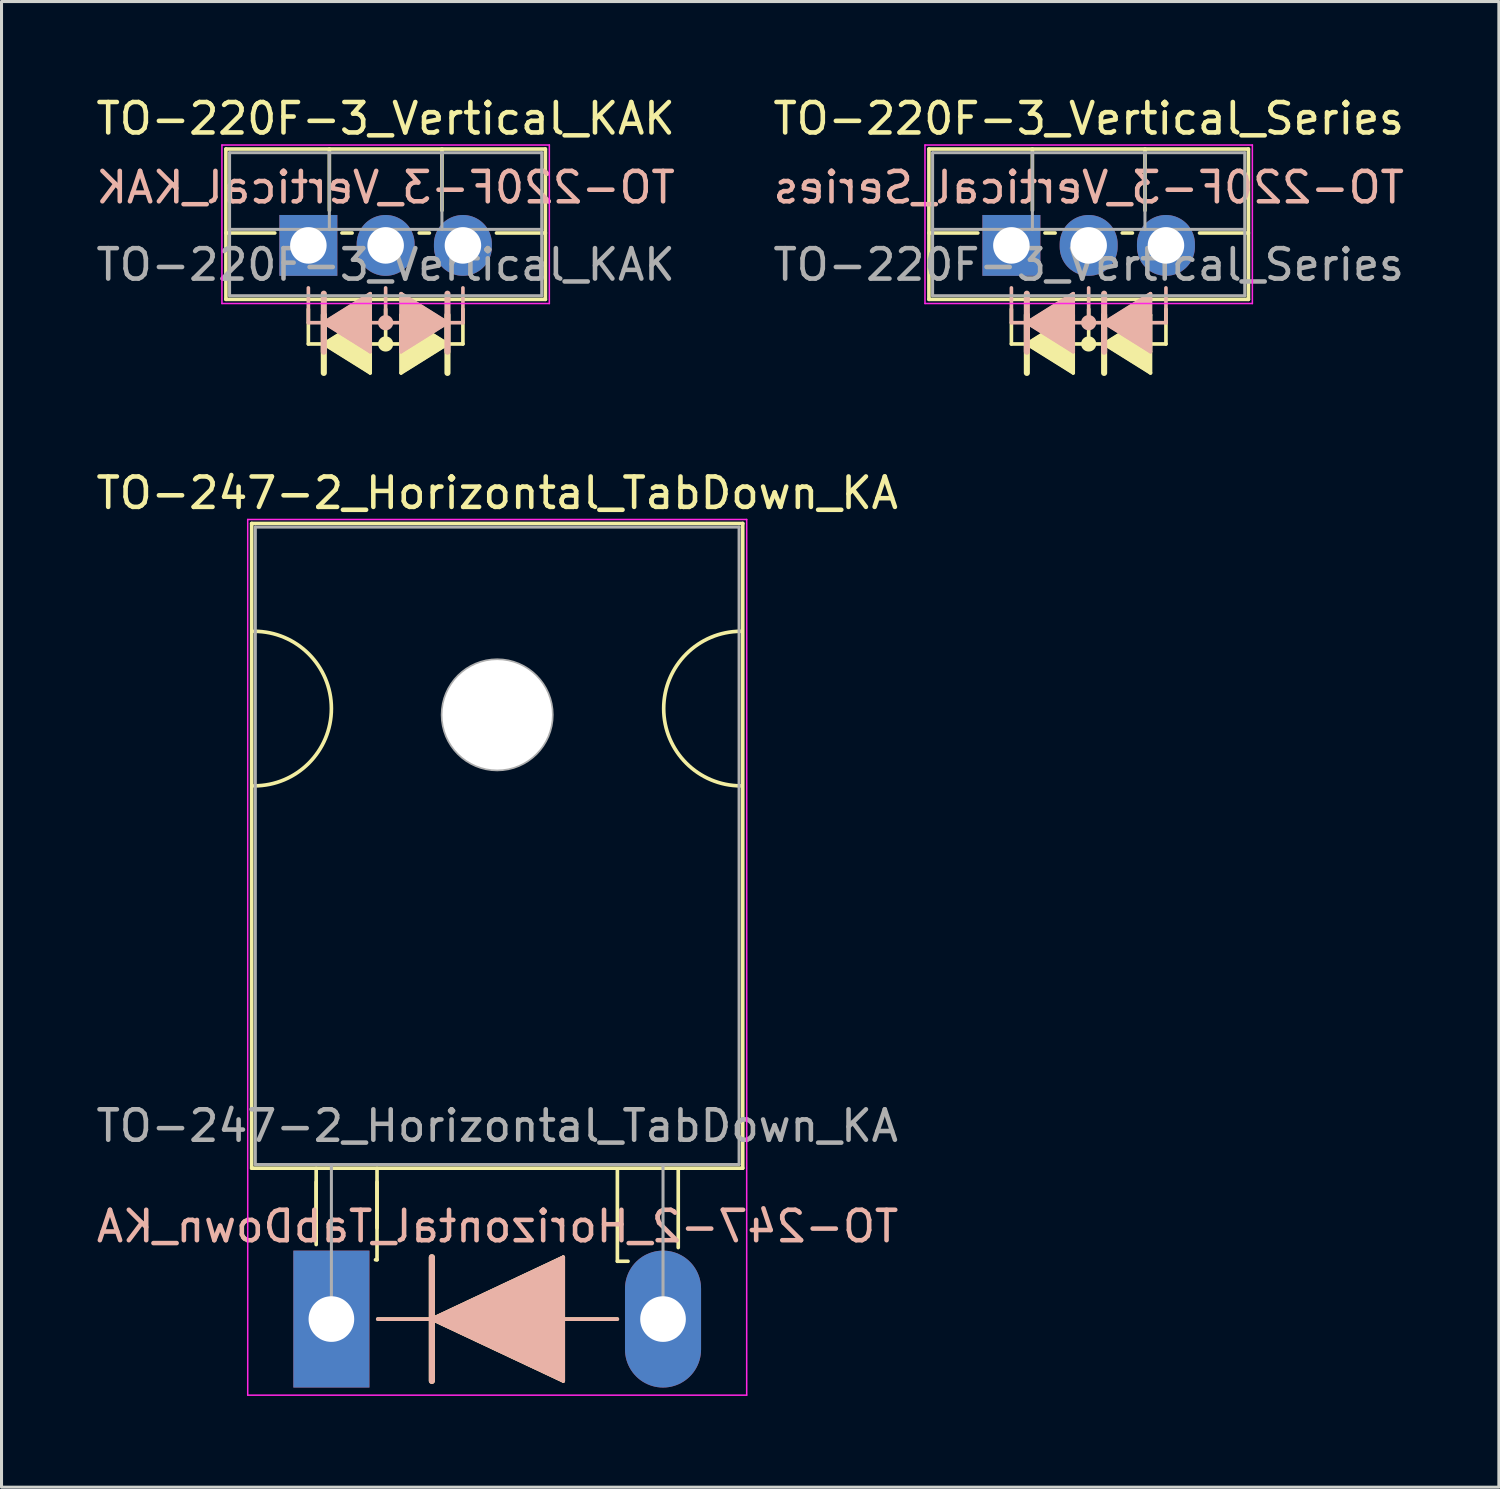
<source format=kicad_pcb>
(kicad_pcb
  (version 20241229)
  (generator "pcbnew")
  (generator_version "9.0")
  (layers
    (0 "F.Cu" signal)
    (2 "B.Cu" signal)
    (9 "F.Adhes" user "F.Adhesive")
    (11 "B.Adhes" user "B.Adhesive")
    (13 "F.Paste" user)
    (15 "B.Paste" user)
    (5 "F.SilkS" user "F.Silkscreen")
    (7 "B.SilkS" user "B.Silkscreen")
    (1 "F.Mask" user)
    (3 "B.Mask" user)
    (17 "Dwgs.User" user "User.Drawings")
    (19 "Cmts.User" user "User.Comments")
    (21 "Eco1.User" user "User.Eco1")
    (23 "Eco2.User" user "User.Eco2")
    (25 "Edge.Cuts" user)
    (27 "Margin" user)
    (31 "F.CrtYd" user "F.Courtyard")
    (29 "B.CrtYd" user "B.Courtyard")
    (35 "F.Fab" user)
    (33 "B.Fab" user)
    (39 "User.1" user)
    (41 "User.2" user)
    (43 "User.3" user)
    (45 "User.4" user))
  (footprint "TO-247-2_Horizontal_TabDown_KA"
    (layer "F.Cu")
    (at 7.842 40.305)
    (property "Reference" "TO-247-2_Horizontal_TabDown_KA" (at 5.45 -27.15 0) (layer "F.SilkS") (effects (font (size 1 1) (thickness 0.15))))
    (fp_line (start -2.62 -26.15) (end -2.62 -4.96) (stroke (width 0.12) (type solid)) (layer "F.SilkS"))
    (fp_line (start -2.62 -26.15) (end 13.52 -26.15) (stroke (width 0.12) (type solid)) (layer "F.SilkS"))
    (fp_line (start -2.62 -4.96) (end 13.52 -4.96) (stroke (width 0.12) (type solid)) (layer "F.SilkS"))
    (fp_line (start -0.5 -4.95) (end -0.5 -2.45) (stroke (width 0.12) (type solid)) (layer "F.SilkS"))
    (fp_line (start -0.5 -4.5) (end -0.5 -3) (stroke (width 0.12) (type solid)) (layer "F.SilkS"))
    (fp_line (start 1.5 -4.95) (end 1.5 -1.95) (stroke (width 0.12) (type solid)) (layer "F.SilkS"))
    (fp_line (start 1.5 -4.5) (end 1.5 -3) (stroke (width 0.12) (type solid)) (layer "F.SilkS"))
    (fp_line (start 1.5 -1.95) (end 1.45 -1.95) (stroke (width 0.12) (type solid)) (layer "F.SilkS"))
    (fp_line (start 1.524 0) (end 3.302 0) (stroke (width 0.12) (type solid)) (layer "F.SilkS"))
    (fp_line (start 3.302 0) (end 3.302 -2.032) (stroke (width 0.2) (type solid)) (layer "F.SilkS"))
    (fp_line (start 3.302 0) (end 7.62 -2.032) (stroke (width 0.12) (type solid)) (layer "F.SilkS"))
    (fp_line (start 3.302 2.032) (end 3.302 0) (stroke (width 0.2) (type solid)) (layer "F.SilkS"))
    (fp_line (start 7.62 -2.032) (end 7.62 2.032) (stroke (width 0.12) (type solid)) (layer "F.SilkS"))
    (fp_line (start 7.62 0) (end 9.398 0) (stroke (width 0.12) (type solid)) (layer "F.SilkS"))
    (fp_line (start 7.62 2.032) (end 3.302 0) (stroke (width 0.12) (type solid)) (layer "F.SilkS"))
    (fp_line (start 9.4 -4.9) (end 9.4 -1.9) (stroke (width 0.12) (type solid)) (layer "F.SilkS"))
    (fp_line (start 9.4 -1.9) (end 9.75 -1.9) (stroke (width 0.12) (type solid)) (layer "F.SilkS"))
    (fp_line (start 11.4 -4.9) (end 11.4 -2.35) (stroke (width 0.12) (type solid)) (layer "F.SilkS"))
    (fp_line (start 13.52 -26.15) (end 13.52 -4.96) (stroke (width 0.12) (type solid)) (layer "F.SilkS"))
    (fp_arc (start -2.54 -22.606) (mid 0 -20.066) (end -2.54 -17.526) (stroke (width 0.12) (type solid)) (layer "F.SilkS"))
    (fp_arc (start 13.462 -17.526) (mid 10.922 -20.066) (end 13.462 -22.606) (stroke (width 0.12) (type solid)) (layer "F.SilkS"))
    (fp_poly (pts (xy 7.62 2.032) (xy 3.302 0) (xy 7.62 -2.032)) (stroke (width 0.1) (type solid)) (fill yes) (layer "F.SilkS"))
    (fp_line (start 1.524 0) (end 3.302 0) (stroke (width 0.12) (type solid)) (layer "B.SilkS"))
    (fp_line (start 3.302 -2.032) (end 3.302 0) (stroke (width 0.2) (type solid)) (layer "B.SilkS"))
    (fp_line (start 3.302 0) (end 3.302 2.032) (stroke (width 0.2) (type solid)) (layer "B.SilkS"))
    (fp_line (start 3.302 0) (end 7.62 2.032) (stroke (width 0.12) (type solid)) (layer "B.SilkS"))
    (fp_line (start 7.62 -2.032) (end 3.302 0) (stroke (width 0.12) (type solid)) (layer "B.SilkS"))
    (fp_line (start 7.62 0) (end 9.398 0) (stroke (width 0.12) (type solid)) (layer "B.SilkS"))
    (fp_line (start 7.62 2.032) (end 7.62 -2.032) (stroke (width 0.12) (type solid)) (layer "B.SilkS"))
    (fp_poly (pts (xy 7.62 -2.032) (xy 3.302 0) (xy 7.62 2.032)) (stroke (width 0.1) (type solid)) (fill yes) (layer "B.SilkS"))
    (fp_line (start -2.75 -26.28) (end -2.75 2.5) (stroke (width 0.05) (type solid)) (layer "F.CrtYd"))
    (fp_line (start -2.75 2.5) (end 13.65 2.5) (stroke (width 0.05) (type solid)) (layer "F.CrtYd"))
    (fp_line (start 13.65 -26.28) (end -2.75 -26.28) (stroke (width 0.05) (type solid)) (layer "F.CrtYd"))
    (fp_line (start 13.65 2.5) (end 13.65 -26.28) (stroke (width 0.05) (type solid)) (layer "F.CrtYd"))
    (fp_line (start -2.5 -26.03) (end 13.4 -26.03) (stroke (width 0.1) (type solid)) (layer "F.Fab"))
    (fp_line (start -2.5 -5.08) (end -2.5 -26.03) (stroke (width 0.1) (type solid)) (layer "F.Fab"))
    (fp_line (start 0 -5.08) (end 0 0) (stroke (width 0.1) (type solid)) (layer "F.Fab"))
    (fp_line (start 10.9 -5.08) (end 10.9 0) (stroke (width 0.1) (type solid)) (layer "F.Fab"))
    (fp_line (start 13.4 -26.03) (end 13.4 -5.08) (stroke (width 0.1) (type solid)) (layer "F.Fab"))
    (fp_line (start 13.4 -5.08) (end -2.5 -5.08) (stroke (width 0.1) (type solid)) (layer "F.Fab"))
    (fp_circle (center 5.45 -19.86) (end 7.255 -19.86) (stroke (width 0.1) (type solid)) (fill no) (layer "F.Fab"))
    (fp_text user "${REFERENCE}" (at 5.461 -3.048 0) (layer "B.SilkS") (effects (font (size 1 1) (thickness 0.15)) (justify mirror)))
    (fp_text user "${REFERENCE}" (at 5.45 -6.35 0) (layer "F.Fab") (effects (font (size 1 1) (thickness 0.15))))
    (pad "" np_thru_hole oval (at 5.45 -19.86) (size 3.6 3.6) (drill 3.6) (layers "*.Cu" "*.Mask"))
    (pad "1" thru_hole rect (at 0 0) (size 2.5 4.5) (drill 1.5) (layers "*.Cu" "*.Mask"))
    (pad "2" thru_hole oval (at 10.9 0) (size 2.5 4.5) (drill 1.5) (layers "*.Cu" "*.Mask")))
  (footprint "TO-220F-3_Vertical_KAK"
    (layer "F.Cu")
    (at 7.085 5.016)
    (property "Reference" "TO-220F-3_Vertical_KAK" (at 2.54 -4.168 0) (layer "F.SilkS") (effects (font (size 1 1) (thickness 0.15))))
    (fp_line (start -2.71 -3.168) (end -2.71 1.773) (stroke (width 0.12) (type solid)) (layer "F.SilkS"))
    (fp_line (start -2.71 -3.168) (end 7.79 -3.168) (stroke (width 0.12) (type solid)) (layer "F.SilkS"))
    (fp_line (start -2.71 -0.408) (end -1.103 -0.408) (stroke (width 0.12) (type solid)) (layer "F.SilkS"))
    (fp_line (start -2.71 1.773) (end 7.79 1.773) (stroke (width 0.12) (type solid)) (layer "F.SilkS"))
    (fp_line (start 0 2.095) (end 0 3.239) (stroke (width 0.12) (type solid)) (layer "F.SilkS"))
    (fp_line (start 0 3.239) (end 0.508 3.239) (stroke (width 0.12) (type solid)) (layer "F.SilkS"))
    (fp_line (start 0.508 2.286) (end 0.508 4.191) (stroke (width 0.2) (type solid)) (layer "F.SilkS"))
    (fp_line (start 0.508 3.239) (end 2.032 2.286) (stroke (width 0.12) (type solid)) (layer "F.SilkS"))
    (fp_line (start 0.508 3.239) (end 2.032 4.191) (stroke (width 0.12) (type solid)) (layer "F.SilkS"))
    (fp_line (start 0.69 -3.168) (end 0.69 -1.15) (stroke (width 0.12) (type solid)) (layer "F.SilkS"))
    (fp_line (start 1.103 -0.408) (end 1.438 -0.408) (stroke (width 0.12) (type solid)) (layer "F.SilkS"))
    (fp_line (start 2.032 2.477) (end 2.032 2.286) (stroke (width 0.12) (type solid)) (layer "F.SilkS"))
    (fp_line (start 2.032 4) (end 2.032 2.477) (stroke (width 0.12) (type solid)) (layer "F.SilkS"))
    (fp_line (start 2.032 4) (end 2.032 4.191) (stroke (width 0.12) (type solid)) (layer "F.SilkS"))
    (fp_line (start 2.54 2.095) (end 2.54 3.239) (stroke (width 0.12) (type solid)) (layer "F.SilkS"))
    (fp_line (start 2.54 3.239) (end 2.032 3.239) (stroke (width 0.12) (type solid)) (layer "F.SilkS"))
    (fp_line (start 2.54 3.239) (end 3.048 3.239) (stroke (width 0.12) (type solid)) (layer "F.SilkS"))
    (fp_line (start 3.048 2.286) (end 3.048 4.191) (stroke (width 0.12) (type solid)) (layer "F.SilkS"))
    (fp_line (start 3.048 4.191) (end 4.572 3.239) (stroke (width 0.12) (type solid)) (layer "F.SilkS"))
    (fp_line (start 3.643 -0.408) (end 3.978 -0.408) (stroke (width 0.12) (type solid)) (layer "F.SilkS"))
    (fp_line (start 4.391 -3.168) (end 4.391 -1.15) (stroke (width 0.12) (type solid)) (layer "F.SilkS"))
    (fp_line (start 4.572 3.239) (end 3.048 2.286) (stroke (width 0.12) (type solid)) (layer "F.SilkS"))
    (fp_line (start 4.572 4.191) (end 4.572 2.286) (stroke (width 0.2) (type solid)) (layer "F.SilkS"))
    (fp_line (start 5.08 2.095) (end 5.08 3.239) (stroke (width 0.12) (type solid)) (layer "F.SilkS"))
    (fp_line (start 5.08 3.239) (end 4.572 3.239) (stroke (width 0.12) (type solid)) (layer "F.SilkS"))
    (fp_line (start 6.183 -0.408) (end 7.79 -0.408) (stroke (width 0.12) (type solid)) (layer "F.SilkS"))
    (fp_line (start 7.79 -3.168) (end 7.79 1.773) (stroke (width 0.12) (type solid)) (layer "F.SilkS"))
    (fp_circle (center 2.54 3.239) (end 2.54 3.302) (stroke (width 0.12) (type solid)) (fill no) (layer "F.SilkS"))
    (fp_circle (center 2.54 3.239) (end 2.54 3.365) (stroke (width 0.12) (type solid)) (fill no) (layer "F.SilkS"))
    (fp_circle (center 2.54 3.239) (end 2.54 3.429) (stroke (width 0.12) (type solid)) (fill no) (layer "F.SilkS"))
    (fp_poly (pts (xy 0.508 3.239) (xy 2.032 2.286) (xy 2.032 4.191)) (stroke (width 0.1) (type solid)) (fill yes) (layer "F.SilkS"))
    (fp_poly (pts (xy 3.048 2.286) (xy 4.572 3.239) (xy 3.048 4.191)) (stroke (width 0.1) (type solid)) (fill yes) (layer "F.SilkS"))
    (fp_line (start 0 1.397) (end 0 2.54) (stroke (width 0.12) (type solid)) (layer "B.SilkS"))
    (fp_line (start 0 2.54) (end 0.508 2.54) (stroke (width 0.12) (type solid)) (layer "B.SilkS"))
    (fp_line (start 0.508 2.54) (end 2.032 1.587) (stroke (width 0.12) (type solid)) (layer "B.SilkS"))
    (fp_line (start 0.508 3.493) (end 0.508 1.587) (stroke (width 0.2) (type solid)) (layer "B.SilkS"))
    (fp_line (start 2.032 1.587) (end 2.032 3.493) (stroke (width 0.12) (type solid)) (layer "B.SilkS"))
    (fp_line (start 2.032 3.493) (end 0.508 2.54) (stroke (width 0.12) (type solid)) (layer "B.SilkS"))
    (fp_line (start 2.54 1.397) (end 2.54 2.54) (stroke (width 0.12) (type solid)) (layer "B.SilkS"))
    (fp_line (start 2.54 2.54) (end 2.032 2.54) (stroke (width 0.12) (type solid)) (layer "B.SilkS"))
    (fp_line (start 2.54 2.54) (end 3.048 2.54) (stroke (width 0.12) (type solid)) (layer "B.SilkS"))
    (fp_line (start 3.048 1.778) (end 3.048 1.587) (stroke (width 0.12) (type solid)) (layer "B.SilkS"))
    (fp_line (start 3.048 3.302) (end 3.048 1.778) (stroke (width 0.12) (type solid)) (layer "B.SilkS"))
    (fp_line (start 3.048 3.302) (end 3.048 3.493) (stroke (width 0.12) (type solid)) (layer "B.SilkS"))
    (fp_line (start 4.572 1.587) (end 4.572 3.493) (stroke (width 0.2) (type solid)) (layer "B.SilkS"))
    (fp_line (start 4.572 2.54) (end 3.048 1.587) (stroke (width 0.12) (type solid)) (layer "B.SilkS"))
    (fp_line (start 4.572 2.54) (end 3.048 3.493) (stroke (width 0.12) (type solid)) (layer "B.SilkS"))
    (fp_line (start 5.08 1.397) (end 5.08 2.54) (stroke (width 0.12) (type solid)) (layer "B.SilkS"))
    (fp_line (start 5.08 2.54) (end 4.572 2.54) (stroke (width 0.12) (type solid)) (layer "B.SilkS"))
    (fp_circle (center 2.54 2.54) (end 2.54 2.603) (stroke (width 0.12) (type solid)) (fill no) (layer "B.SilkS"))
    (fp_circle (center 2.54 2.54) (end 2.54 2.667) (stroke (width 0.12) (type solid)) (fill no) (layer "B.SilkS"))
    (fp_circle (center 2.54 2.54) (end 2.54 2.731) (stroke (width 0.12) (type solid)) (fill no) (layer "B.SilkS"))
    (fp_poly (pts (xy 2.032 1.587) (xy 0.508 2.54) (xy 2.032 3.493)) (stroke (width 0.1) (type solid)) (fill yes) (layer "B.SilkS"))
    (fp_poly (pts (xy 4.572 2.54) (xy 3.048 1.587) (xy 3.048 3.493)) (stroke (width 0.1) (type solid)) (fill yes) (layer "B.SilkS"))
    (fp_line (start -2.84 -3.3) (end -2.84 1.91) (stroke (width 0.05) (type solid)) (layer "F.CrtYd"))
    (fp_line (start -2.84 1.91) (end 7.92 1.91) (stroke (width 0.05) (type solid)) (layer "F.CrtYd"))
    (fp_line (start 7.92 -3.3) (end -2.84 -3.3) (stroke (width 0.05) (type solid)) (layer "F.CrtYd"))
    (fp_line (start 7.92 1.91) (end 7.92 -3.3) (stroke (width 0.05) (type solid)) (layer "F.CrtYd"))
    (fp_line (start -2.59 -3.047) (end -2.59 1.653) (stroke (width 0.1) (type solid)) (layer "F.Fab"))
    (fp_line (start -2.59 -0.527) (end 7.67 -0.527) (stroke (width 0.1) (type solid)) (layer "F.Fab"))
    (fp_line (start -2.59 1.653) (end 7.67 1.653) (stroke (width 0.1) (type solid)) (layer "F.Fab"))
    (fp_line (start 0.69 -3.047) (end 0.69 -0.527) (stroke (width 0.1) (type solid)) (layer "F.Fab"))
    (fp_line (start 4.39 -3.047) (end 4.39 -0.527) (stroke (width 0.1) (type solid)) (layer "F.Fab"))
    (fp_line (start 7.67 -3.047) (end -2.59 -3.047) (stroke (width 0.1) (type solid)) (layer "F.Fab"))
    (fp_line (start 7.67 1.653) (end 7.67 -3.047) (stroke (width 0.1) (type solid)) (layer "F.Fab"))
    (fp_text user "${REFERENCE}" (at 2.54 -1.905 0) (layer "B.SilkS") (effects (font (size 1 1) (thickness 0.15)) (justify mirror)))
    (fp_text user "${REFERENCE}" (at 2.54 0.635 0) (layer "F.Fab") (effects (font (size 1 1) (thickness 0.15))))
    (pad "1" thru_hole rect (at 0 0) (size 1.905 2) (drill 1.2) (layers "*.Cu" "*.Mask"))
    (pad "2" thru_hole oval (at 2.54 0) (size 1.905 2) (drill 1.2) (layers "*.Cu" "*.Mask"))
    (pad "3" thru_hole oval (at 5.08 0) (size 1.905 2) (drill 1.2) (layers "*.Cu" "*.Mask")))
  (footprint "TO-220F-3_Vertical_Series"
    (layer "F.Cu")
    (at 30.192 5.016)
    (property "Reference" "TO-220F-3_Vertical_Series" (at 2.54 -4.168 0) (layer "F.SilkS") (effects (font (size 1 1) (thickness 0.15))))
    (fp_line (start -2.71 -3.168) (end -2.71 1.773) (stroke (width 0.12) (type solid)) (layer "F.SilkS"))
    (fp_line (start -2.71 -3.168) (end 7.79 -3.168) (stroke (width 0.12) (type solid)) (layer "F.SilkS"))
    (fp_line (start -2.71 -0.408) (end -1.103 -0.408) (stroke (width 0.12) (type solid)) (layer "F.SilkS"))
    (fp_line (start -2.71 1.773) (end 7.79 1.773) (stroke (width 0.12) (type solid)) (layer "F.SilkS"))
    (fp_line (start 0 2.095) (end 0 3.239) (stroke (width 0.12) (type solid)) (layer "F.SilkS"))
    (fp_line (start 0 3.239) (end 0.508 3.239) (stroke (width 0.12) (type solid)) (layer "F.SilkS"))
    (fp_line (start 0.508 2.286) (end 0.508 4.191) (stroke (width 0.2) (type solid)) (layer "F.SilkS"))
    (fp_line (start 0.508 3.239) (end 2.032 2.286) (stroke (width 0.12) (type solid)) (layer "F.SilkS"))
    (fp_line (start 0.508 3.239) (end 2.032 4.191) (stroke (width 0.12) (type solid)) (layer "F.SilkS"))
    (fp_line (start 0.69 -3.168) (end 0.69 -1.15) (stroke (width 0.12) (type solid)) (layer "F.SilkS"))
    (fp_line (start 1.103 -0.408) (end 1.438 -0.408) (stroke (width 0.12) (type solid)) (layer "F.SilkS"))
    (fp_line (start 2.032 2.477) (end 2.032 2.286) (stroke (width 0.12) (type solid)) (layer "F.SilkS"))
    (fp_line (start 2.032 4) (end 2.032 2.477) (stroke (width 0.12) (type solid)) (layer "F.SilkS"))
    (fp_line (start 2.032 4) (end 2.032 4.191) (stroke (width 0.12) (type solid)) (layer "F.SilkS"))
    (fp_line (start 2.54 2.095) (end 2.54 3.239) (stroke (width 0.12) (type solid)) (layer "F.SilkS"))
    (fp_line (start 2.54 3.239) (end 2.032 3.239) (stroke (width 0.12) (type solid)) (layer "F.SilkS"))
    (fp_line (start 2.54 3.239) (end 3.048 3.239) (stroke (width 0.12) (type solid)) (layer "F.SilkS"))
    (fp_line (start 3.048 2.286) (end 3.048 4.191) (stroke (width 0.2) (type solid)) (layer "F.SilkS"))
    (fp_line (start 3.048 3.239) (end 4.572 4.191) (stroke (width 0.12) (type solid)) (layer "F.SilkS"))
    (fp_line (start 3.643 -0.408) (end 3.978 -0.408) (stroke (width 0.12) (type solid)) (layer "F.SilkS"))
    (fp_line (start 4.391 -3.168) (end 4.391 -1.15) (stroke (width 0.12) (type solid)) (layer "F.SilkS"))
    (fp_line (start 4.572 2.286) (end 3.048 3.239) (stroke (width 0.12) (type solid)) (layer "F.SilkS"))
    (fp_line (start 4.572 4.191) (end 4.572 2.286) (stroke (width 0.12) (type solid)) (layer "F.SilkS"))
    (fp_line (start 5.08 2.095) (end 5.08 3.239) (stroke (width 0.12) (type solid)) (layer "F.SilkS"))
    (fp_line (start 5.08 3.239) (end 4.572 3.239) (stroke (width 0.12) (type solid)) (layer "F.SilkS"))
    (fp_line (start 6.183 -0.408) (end 7.79 -0.408) (stroke (width 0.12) (type solid)) (layer "F.SilkS"))
    (fp_line (start 7.79 -3.168) (end 7.79 1.773) (stroke (width 0.12) (type solid)) (layer "F.SilkS"))
    (fp_circle (center 2.54 3.239) (end 2.54 3.302) (stroke (width 0.12) (type solid)) (fill no) (layer "F.SilkS"))
    (fp_circle (center 2.54 3.239) (end 2.54 3.365) (stroke (width 0.12) (type solid)) (fill no) (layer "F.SilkS"))
    (fp_circle (center 2.54 3.239) (end 2.54 3.429) (stroke (width 0.12) (type solid)) (fill no) (layer "F.SilkS"))
    (fp_poly (pts (xy 0.508 3.239) (xy 2.032 2.286) (xy 2.032 4.191)) (stroke (width 0.1) (type solid)) (fill yes) (layer "F.SilkS"))
    (fp_poly (pts (xy 4.572 4.191) (xy 3.048 3.239) (xy 4.572 2.286)) (stroke (width 0.1) (type solid)) (fill yes) (layer "F.SilkS"))
    (fp_line (start 0 1.397) (end 0 2.54) (stroke (width 0.12) (type solid)) (layer "B.SilkS"))
    (fp_line (start 0 2.54) (end 0.508 2.54) (stroke (width 0.12) (type solid)) (layer "B.SilkS"))
    (fp_line (start 0.508 2.54) (end 2.032 1.587) (stroke (width 0.12) (type solid)) (layer "B.SilkS"))
    (fp_line (start 0.508 3.493) (end 0.508 1.587) (stroke (width 0.2) (type solid)) (layer "B.SilkS"))
    (fp_line (start 2.032 1.587) (end 2.032 3.493) (stroke (width 0.12) (type solid)) (layer "B.SilkS"))
    (fp_line (start 2.032 3.493) (end 0.508 2.54) (stroke (width 0.12) (type solid)) (layer "B.SilkS"))
    (fp_line (start 2.54 1.397) (end 2.54 2.54) (stroke (width 0.12) (type solid)) (layer "B.SilkS"))
    (fp_line (start 2.54 2.54) (end 2.032 2.54) (stroke (width 0.12) (type solid)) (layer "B.SilkS"))
    (fp_line (start 2.54 2.54) (end 3.048 2.54) (stroke (width 0.12) (type solid)) (layer "B.SilkS"))
    (fp_line (start 3.048 2.54) (end 4.572 1.587) (stroke (width 0.12) (type solid)) (layer "B.SilkS"))
    (fp_line (start 3.048 2.54) (end 4.572 3.493) (stroke (width 0.12) (type solid)) (layer "B.SilkS"))
    (fp_line (start 3.048 3.493) (end 3.048 1.587) (stroke (width 0.2) (type solid)) (layer "B.SilkS"))
    (fp_line (start 4.572 1.778) (end 4.572 1.587) (stroke (width 0.12) (type solid)) (layer "B.SilkS"))
    (fp_line (start 4.572 1.778) (end 4.572 3.302) (stroke (width 0.12) (type solid)) (layer "B.SilkS"))
    (fp_line (start 4.572 3.302) (end 4.572 3.493) (stroke (width 0.12) (type solid)) (layer "B.SilkS"))
    (fp_line (start 5.08 1.397) (end 5.08 2.54) (stroke (width 0.12) (type solid)) (layer "B.SilkS"))
    (fp_line (start 5.08 2.54) (end 4.572 2.54) (stroke (width 0.12) (type solid)) (layer "B.SilkS"))
    (fp_circle (center 2.54 2.54) (end 2.54 2.603) (stroke (width 0.12) (type solid)) (fill no) (layer "B.SilkS"))
    (fp_circle (center 2.54 2.54) (end 2.54 2.667) (stroke (width 0.12) (type solid)) (fill no) (layer "B.SilkS"))
    (fp_circle (center 2.54 2.54) (end 2.54 2.731) (stroke (width 0.12) (type solid)) (fill no) (layer "B.SilkS"))
    (fp_poly (pts (xy 2.032 1.587) (xy 0.508 2.54) (xy 2.032 3.493)) (stroke (width 0.1) (type solid)) (fill yes) (layer "B.SilkS"))
    (fp_poly (pts (xy 3.048 2.54) (xy 4.572 3.493) (xy 4.572 1.587)) (stroke (width 0.1) (type solid)) (fill yes) (layer "B.SilkS"))
    (fp_line (start -2.84 -3.3) (end -2.84 1.91) (stroke (width 0.05) (type solid)) (layer "F.CrtYd"))
    (fp_line (start -2.84 1.91) (end 7.92 1.91) (stroke (width 0.05) (type solid)) (layer "F.CrtYd"))
    (fp_line (start 7.92 -3.3) (end -2.84 -3.3) (stroke (width 0.05) (type solid)) (layer "F.CrtYd"))
    (fp_line (start 7.92 1.91) (end 7.92 -3.3) (stroke (width 0.05) (type solid)) (layer "F.CrtYd"))
    (fp_line (start -2.59 -3.047) (end -2.59 1.653) (stroke (width 0.1) (type solid)) (layer "F.Fab"))
    (fp_line (start -2.59 -0.527) (end 7.67 -0.527) (stroke (width 0.1) (type solid)) (layer "F.Fab"))
    (fp_line (start -2.59 1.653) (end 7.67 1.653) (stroke (width 0.1) (type solid)) (layer "F.Fab"))
    (fp_line (start 0.69 -3.047) (end 0.69 -0.527) (stroke (width 0.1) (type solid)) (layer "F.Fab"))
    (fp_line (start 4.39 -3.047) (end 4.39 -0.527) (stroke (width 0.1) (type solid)) (layer "F.Fab"))
    (fp_line (start 7.67 -3.047) (end -2.59 -3.047) (stroke (width 0.1) (type solid)) (layer "F.Fab"))
    (fp_line (start 7.67 1.653) (end 7.67 -3.047) (stroke (width 0.1) (type solid)) (layer "F.Fab"))
    (fp_text user "${REFERENCE}" (at 2.54 -1.905 0) (layer "B.SilkS") (effects (font (size 1 1) (thickness 0.15)) (justify mirror)))
    (fp_text user "${REFERENCE}" (at 2.54 0.635 0) (layer "F.Fab") (effects (font (size 1 1) (thickness 0.15))))
    (pad "1" thru_hole rect (at 0 0) (size 1.905 2) (drill 1.2) (layers "*.Cu" "*.Mask"))
    (pad "2" thru_hole oval (at 2.54 0) (size 1.905 2) (drill 1.2) (layers "*.Cu" "*.Mask"))
    (pad "3" thru_hole oval (at 5.08 0) (size 1.905 2) (drill 1.2) (layers "*.Cu" "*.Mask")))
  (gr_rect
    (start -3 -3)
    (end 46.214 45.83)
    (stroke (width 0.1) (type default))
    (fill no)
    (layer "Edge.Cuts")))
</source>
